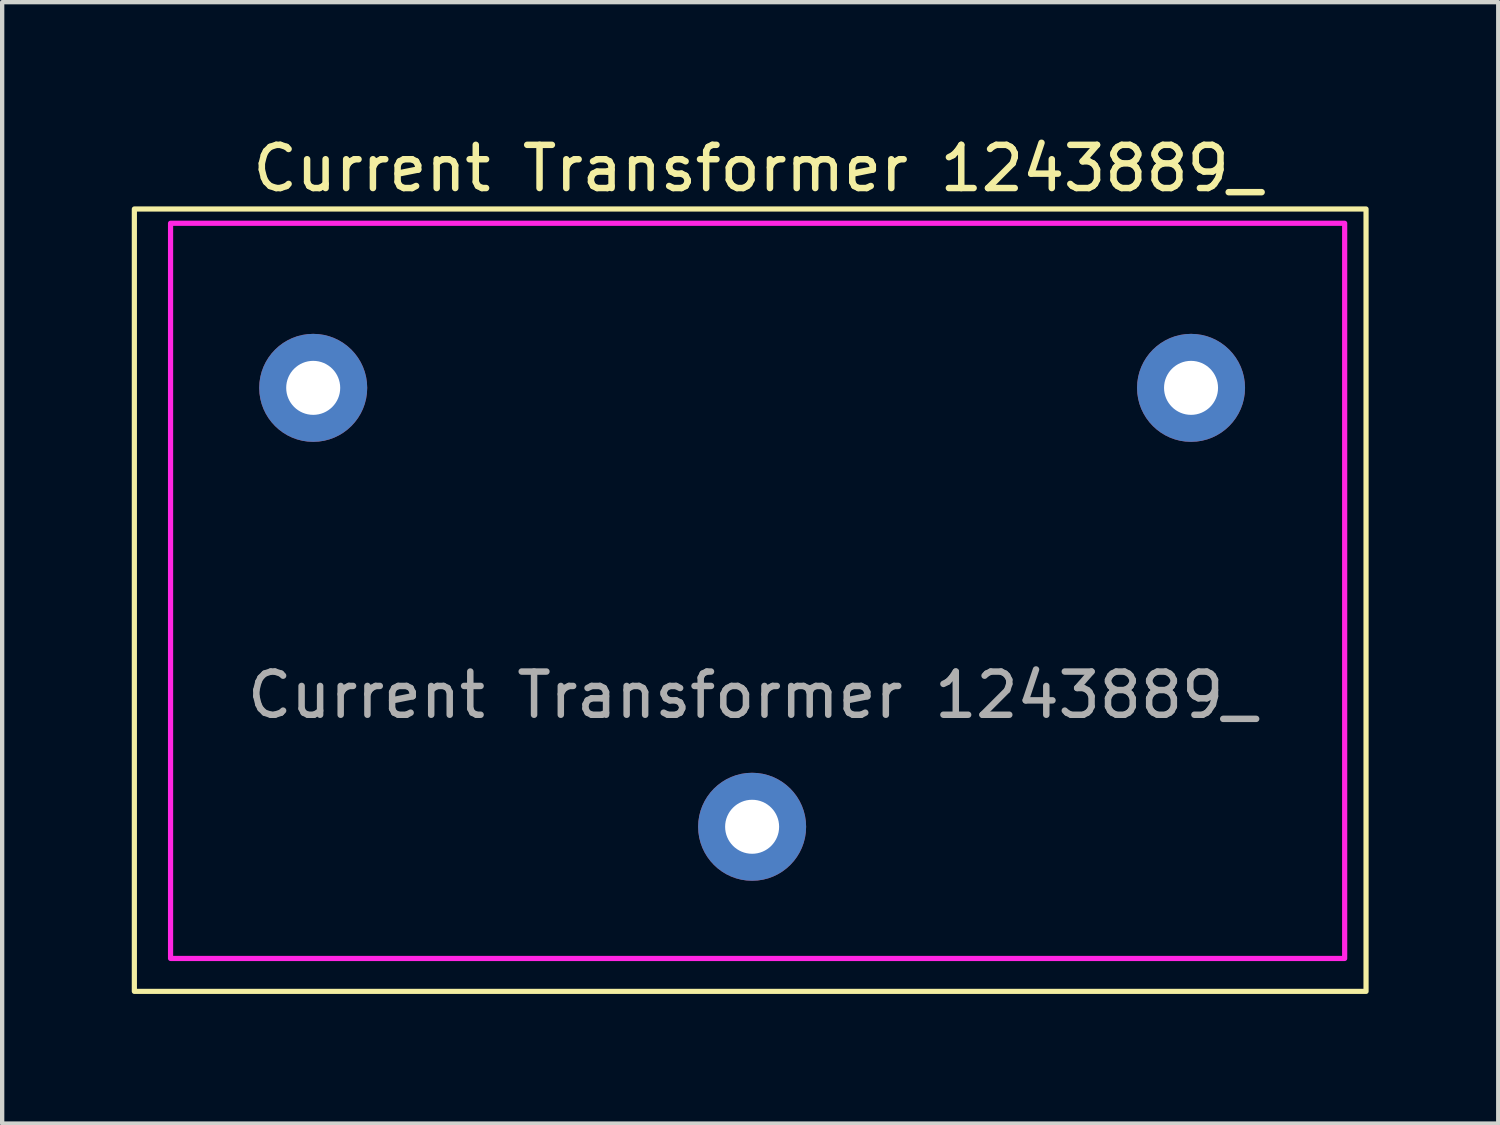
<source format=kicad_pcb>
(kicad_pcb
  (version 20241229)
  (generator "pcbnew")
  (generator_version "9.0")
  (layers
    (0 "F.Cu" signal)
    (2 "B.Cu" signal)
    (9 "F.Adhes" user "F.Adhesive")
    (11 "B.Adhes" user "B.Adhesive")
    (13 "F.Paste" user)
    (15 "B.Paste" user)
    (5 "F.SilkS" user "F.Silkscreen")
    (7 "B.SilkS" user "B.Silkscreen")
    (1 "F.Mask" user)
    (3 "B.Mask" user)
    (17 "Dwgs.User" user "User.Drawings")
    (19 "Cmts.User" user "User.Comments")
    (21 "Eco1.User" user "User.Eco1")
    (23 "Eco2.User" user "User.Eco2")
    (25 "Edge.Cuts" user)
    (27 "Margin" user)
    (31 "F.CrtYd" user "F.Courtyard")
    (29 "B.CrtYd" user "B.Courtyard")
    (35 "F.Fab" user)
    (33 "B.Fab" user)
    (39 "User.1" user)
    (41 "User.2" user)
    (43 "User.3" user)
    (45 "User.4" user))
  (footprint "Current Transformer 1243889_"
    (layer "F.Cu")
    (at 4.2 5.928)
    (property "Reference" "Current Transformer 1243889_" (at 10.287 -5.08 0) (unlocked yes) (layer "F.SilkS") (effects (font (size 1 1) (thickness 0.15))))
    (attr through_hole)
    (fp_rect (start -4.14 -4.14) (end 24.371 13.97) (stroke (width 0.12) (type default)) (fill no) (layer "F.SilkS"))
    (fp_rect (start -3.302 -3.81) (end 23.876 13.208) (stroke (width 0.12) (type default)) (fill no) (layer "F.CrtYd"))
    (fp_text user "${REFERENCE}" (at 10.16 7.112 0) (unlocked yes) (layer "F.Fab") (effects (font (size 1 1) (thickness 0.15))))
    (pad "1" thru_hole circle (at 0 0) (size 2.5 2.5) (drill 1.25) (layers "*.Cu" "*.Mask"))
    (pad "2" thru_hole circle (at 20.32 0) (size 2.5 2.5) (drill 1.25) (layers "*.Cu" "*.Mask"))
    (pad "3" thru_hole circle (at 10.16 10.16) (size 2.5 2.5) (drill 1.25) (layers "*.Cu" "*.Mask")))
  (gr_rect
    (start -3 -3)
    (end 31.631 22.958)
    (stroke (width 0.1) (type default))
    (fill no)
    (layer "Edge.Cuts")))
</source>
